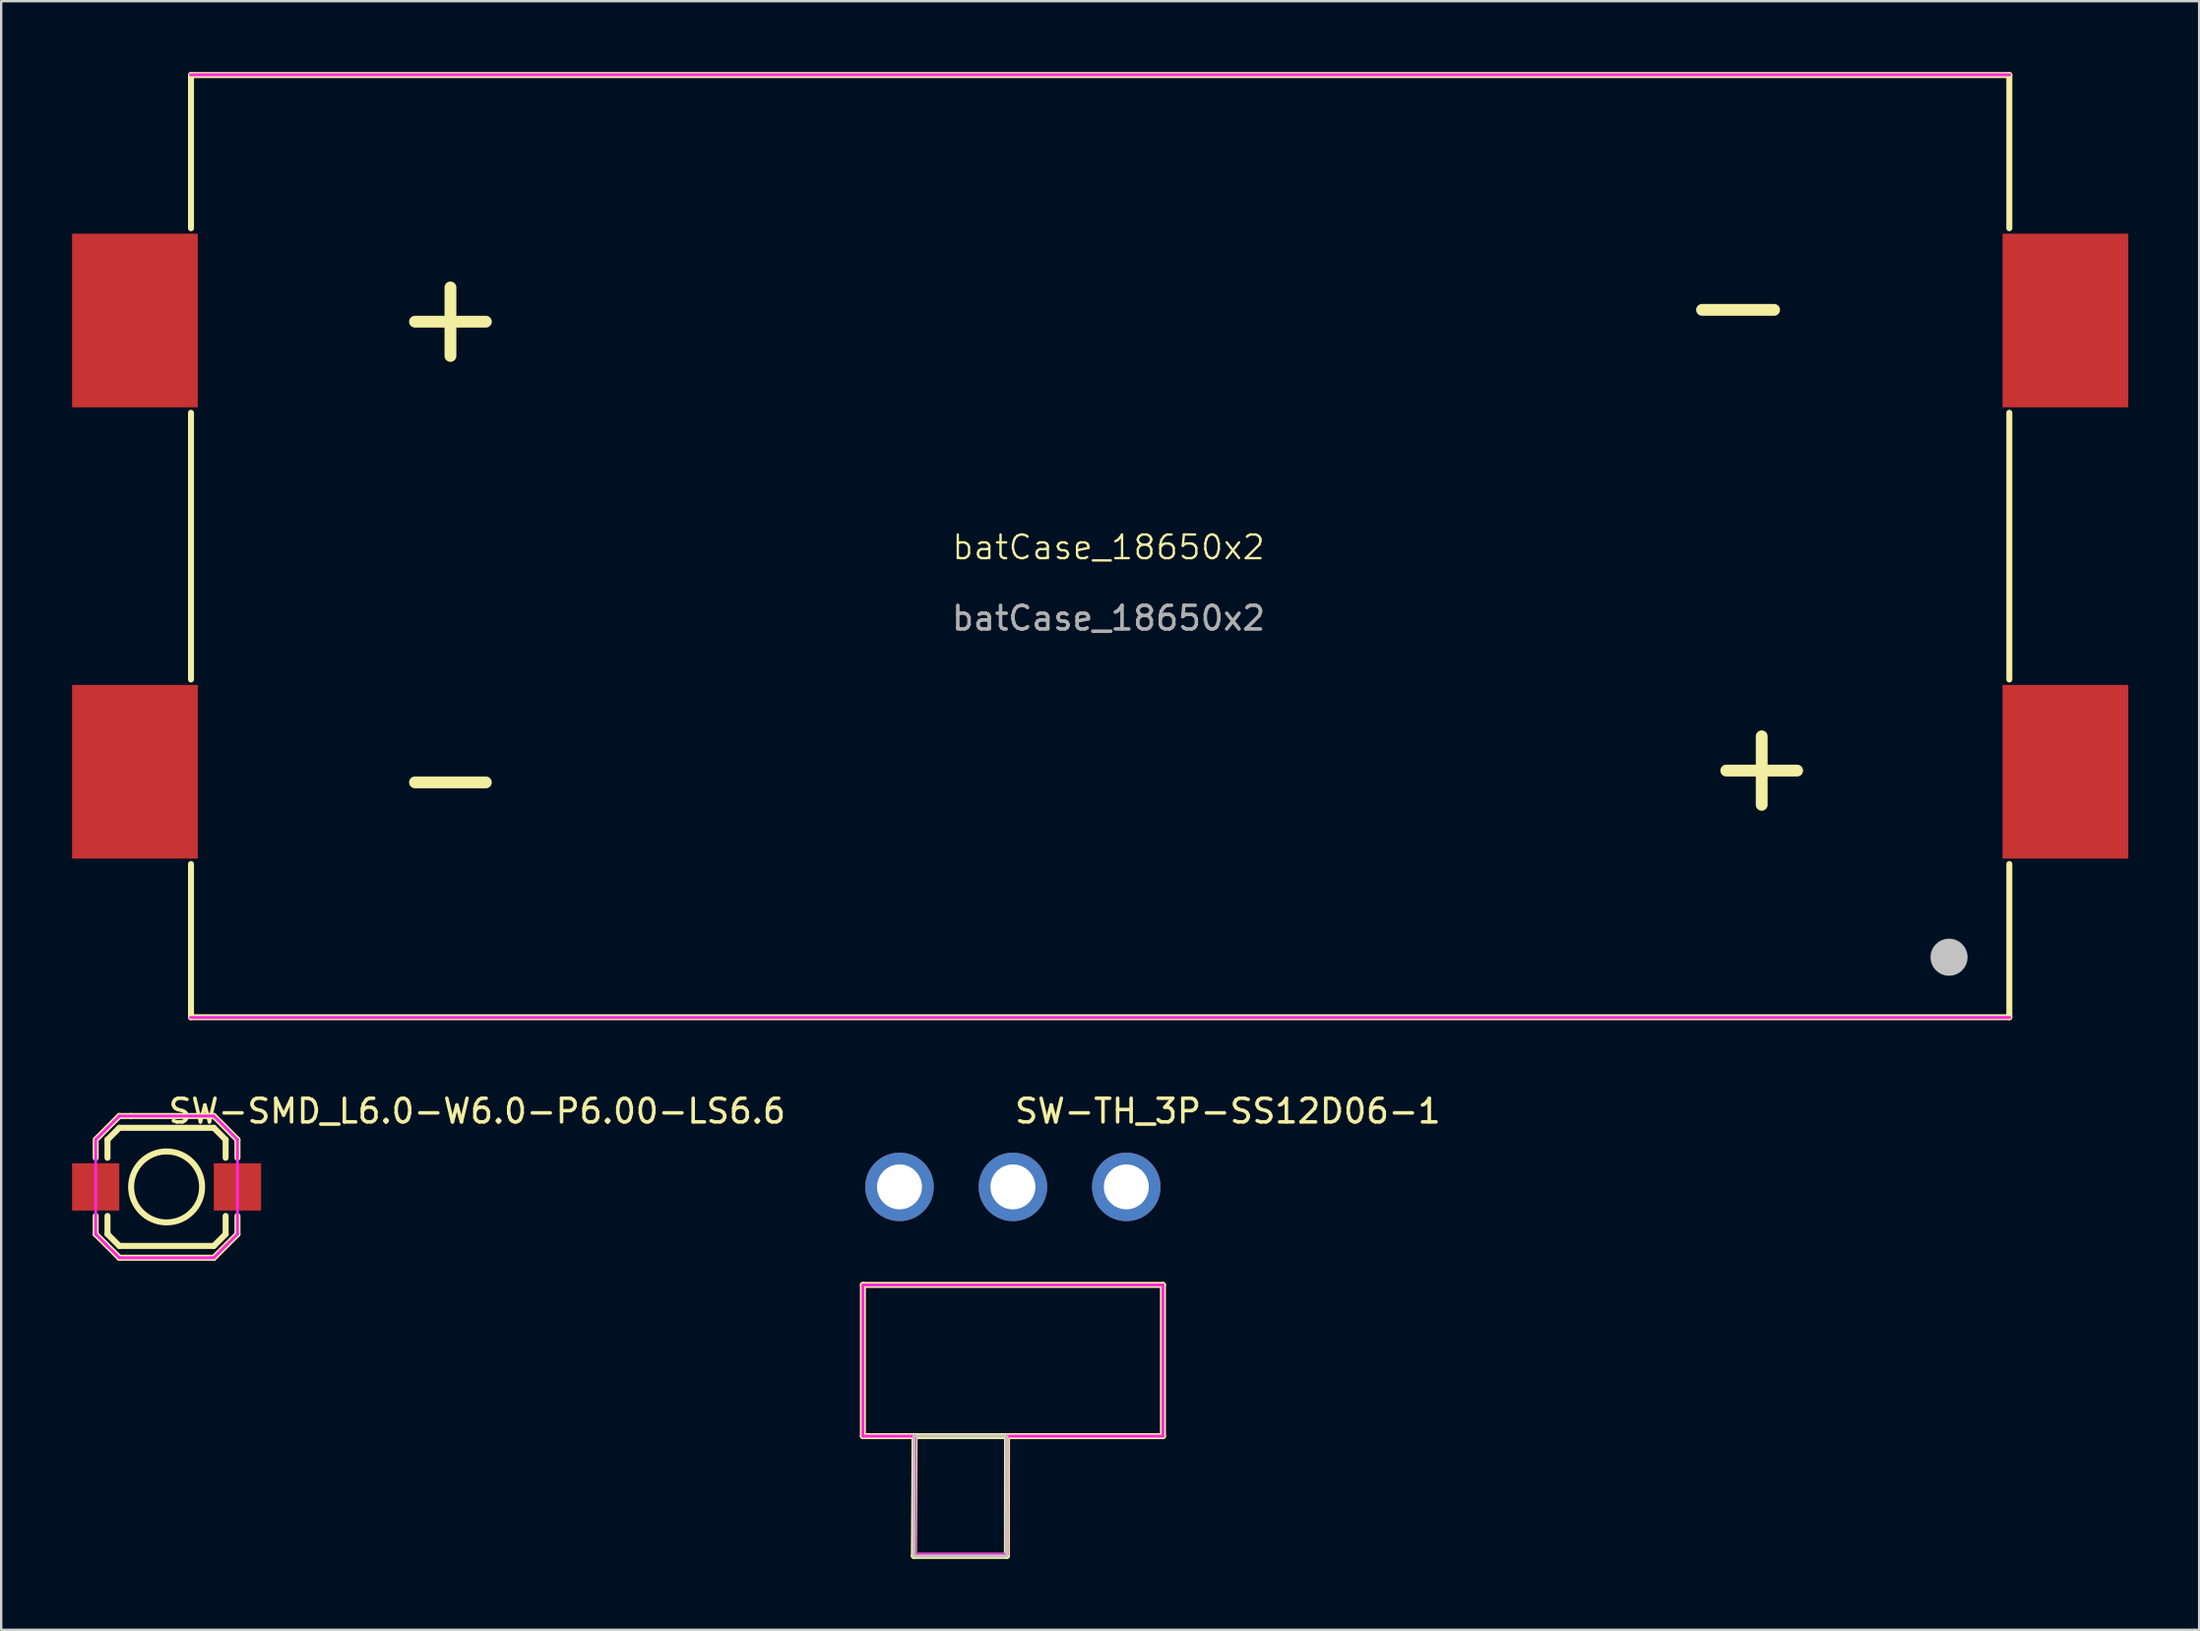
<source format=kicad_pcb>
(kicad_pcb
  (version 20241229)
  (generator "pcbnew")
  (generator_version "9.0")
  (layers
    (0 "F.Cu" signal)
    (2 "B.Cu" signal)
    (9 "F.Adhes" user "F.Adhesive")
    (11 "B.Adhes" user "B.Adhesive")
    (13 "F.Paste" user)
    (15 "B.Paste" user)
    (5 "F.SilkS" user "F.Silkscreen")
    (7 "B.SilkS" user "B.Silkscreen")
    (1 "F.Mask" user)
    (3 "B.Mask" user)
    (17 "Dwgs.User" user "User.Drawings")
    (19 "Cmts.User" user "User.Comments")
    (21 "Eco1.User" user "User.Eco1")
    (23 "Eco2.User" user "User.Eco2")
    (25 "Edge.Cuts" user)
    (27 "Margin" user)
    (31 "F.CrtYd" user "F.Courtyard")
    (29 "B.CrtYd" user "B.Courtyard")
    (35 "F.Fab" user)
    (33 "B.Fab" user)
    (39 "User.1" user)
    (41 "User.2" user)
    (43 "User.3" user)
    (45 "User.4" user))
  (footprint "SW-TH_3P-SS12D06-1"
    (layer "F.Cu")
    (at 39.822 47.187)
    (property "Reference" "SW-TH_3P-SS12D06-1" (at 0 -3.207 0) (layer "F.SilkS") (effects (font (size 1 1) (thickness 0.15)) (justify left)))
    (attr through_hole)
    (fp_line (start -6.35 4.15) (end 6.35 4.15) (stroke (width 0.254) (type solid)) (layer "F.SilkS"))
    (fp_line (start -6.35 10.55) (end -6.35 4.15) (stroke (width 0.254) (type solid)) (layer "F.SilkS"))
    (fp_line (start -4.191 15.621) (end -0.254 15.621) (stroke (width 0.254) (type solid)) (layer "F.SilkS"))
    (fp_line (start -4.162 10.551) (end -4.191 15.621) (stroke (width 0.254) (type solid)) (layer "F.SilkS"))
    (fp_line (start -0.254 15.621) (end -0.25 10.551) (stroke (width 0.254) (type solid)) (layer "F.SilkS"))
    (fp_line (start 6.35 4.15) (end 6.35 10.55) (stroke (width 0.254) (type solid)) (layer "F.SilkS"))
    (fp_line (start 6.35 10.55) (end -6.35 10.55) (stroke (width 0.254) (type solid)) (layer "F.SilkS"))
    (fp_poly (pts (xy -4.191 10.541) (xy -0.254 10.541) (xy -0.254 15.621) (xy -4.191 15.621)) (stroke (width 0.12) (type solid)) (fill no) (layer "Dwgs.User"))
    (fp_line (start -5.2 -0.65) (end -4.4 -0.65) (stroke (width 0.12) (type solid)) (layer "Eco2.User"))
    (fp_line (start -5.2 4.16) (end -5.2 -0.65) (stroke (width 0.12) (type solid)) (layer "Eco2.User"))
    (fp_line (start -4.4 -0.65) (end -4.4 4.16) (stroke (width 0.12) (type solid)) (layer "Eco2.User"))
    (fp_line (start -4.4 4.16) (end -5.2 4.16) (stroke (width 0.12) (type solid)) (layer "Eco2.User"))
    (fp_line (start -0.4 -0.65) (end 0.4 -0.65) (stroke (width 0.12) (type solid)) (layer "Eco2.User"))
    (fp_line (start -0.4 4.16) (end -0.4 -0.65) (stroke (width 0.12) (type solid)) (layer "Eco2.User"))
    (fp_line (start 0.4 -0.65) (end 0.4 4.16) (stroke (width 0.12) (type solid)) (layer "Eco2.User"))
    (fp_line (start 0.4 4.16) (end -0.4 4.16) (stroke (width 0.12) (type solid)) (layer "Eco2.User"))
    (fp_line (start 4.4 -0.65) (end 5.2 -0.65) (stroke (width 0.12) (type solid)) (layer "Eco2.User"))
    (fp_line (start 4.4 4.16) (end 4.4 -0.65) (stroke (width 0.12) (type solid)) (layer "Eco2.User"))
    (fp_line (start 5.2 -0.65) (end 5.2 4.16) (stroke (width 0.12) (type solid)) (layer "Eco2.User"))
    (fp_line (start 5.2 4.16) (end 4.4 4.16) (stroke (width 0.12) (type solid)) (layer "Eco2.User"))
    (fp_circle (center -6.35 15.55) (end -6.32 15.55) (stroke (width 0.06) (type solid)) (fill no) (layer "Eco2.User"))
    (fp_poly (pts (xy -4.4 0.65) (xy -5.2 0.65) (xy -5.2 -0.65) (xy -4.4 -0.65)) (stroke (width 0.12) (type solid)) (fill no) (layer "Eco2.User"))
    (fp_poly (pts (xy 0.4 0.65) (xy -0.4 0.65) (xy -0.4 -0.65) (xy 0.4 -0.65)) (stroke (width 0.12) (type solid)) (fill no) (layer "Eco2.User"))
    (fp_poly (pts (xy 5.2 0.65) (xy 4.4 0.65) (xy 4.4 -0.65) (xy 5.2 -0.65)) (stroke (width 0.12) (type solid)) (fill no) (layer "Eco2.User"))
    (fp_line (start -6.35 4.15) (end -6.35 10.55) (stroke (width 0.12) (type solid)) (layer "F.CrtYd"))
    (fp_line (start -6.35 10.55) (end -4.15 10.55) (stroke (width 0.12) (type solid)) (layer "F.CrtYd"))
    (fp_line (start -4.15 10.55) (end -4.15 15.55) (stroke (width 0.12) (type solid)) (layer "F.CrtYd"))
    (fp_line (start -4.15 15.55) (end -0.25 15.55) (stroke (width 0.12) (type solid)) (layer "F.CrtYd"))
    (fp_line (start -0.25 10.55) (end 6.35 10.55) (stroke (width 0.12) (type solid)) (layer "F.CrtYd"))
    (fp_line (start -0.25 15.55) (end -0.25 10.55) (stroke (width 0.12) (type solid)) (layer "F.CrtYd"))
    (fp_line (start 6.35 4.15) (end -6.35 4.15) (stroke (width 0.12) (type solid)) (layer "F.CrtYd"))
    (fp_line (start 6.35 10.55) (end 6.35 4.15) (stroke (width 0.12) (type solid)) (layer "F.CrtYd"))
    (pad "1" thru_hole circle (at -4.8 0) (size 2.9 2.9) (drill 1.9) (layers "*.Cu" "*.Mask"))
    (pad "2" thru_hole circle (at 0 0) (size 2.9 2.9) (drill 1.9) (layers "*.Cu" "*.Mask"))
    (pad "3" thru_hole circle (at 4.8 0) (size 2.9 2.9) (drill 1.9) (layers "*.Cu" "*.Mask")))
  (footprint "SW-SMD_L6.0-W6.0-P6.00-LS6.6"
    (layer "F.Cu")
    (at 4 47.187)
    (property "Reference" "SW-SMD_L6.0-W6.0-P6.00-LS6.6" (at 0 -3.207 0) (layer "F.SilkS") (effects (font (size 1 1) (thickness 0.15)) (justify left)))
    (attr through_hole)
    (fp_line (start -3 -1.999) (end -2.002 -3) (stroke (width 0.254) (type solid)) (layer "F.SilkS"))
    (fp_line (start -3 -1.892) (end -3 -1.231) (stroke (width 0.254) (type solid)) (layer "F.SilkS"))
    (fp_line (start -3 1.231) (end -3 2.002) (stroke (width 0.254) (type solid)) (layer "F.SilkS"))
    (fp_line (start -2.5 -2) (end -2.5 -1.231) (stroke (width 0.254) (type solid)) (layer "F.SilkS"))
    (fp_line (start -2.5 -2) (end -2 -2.5) (stroke (width 0.254) (type solid)) (layer "F.SilkS"))
    (fp_line (start -2.5 1.231) (end -2.5 2) (stroke (width 0.254) (type solid)) (layer "F.SilkS"))
    (fp_line (start -2.002 -3) (end -1.501 -3) (stroke (width 0.254) (type solid)) (layer "F.SilkS"))
    (fp_line (start -2 -2.5) (end 2 -2.5) (stroke (width 0.254) (type solid)) (layer "F.SilkS"))
    (fp_line (start -2 2.5) (end -2.5 2) (stroke (width 0.254) (type solid)) (layer "F.SilkS"))
    (fp_line (start -1.999 3) (end -3 2.002) (stroke (width 0.254) (type solid)) (layer "F.SilkS"))
    (fp_line (start -1.501 -3) (end 2.002 -3) (stroke (width 0.254) (type solid)) (layer "F.SilkS"))
    (fp_line (start 2 -2.5) (end 2.5 -2) (stroke (width 0.254) (type solid)) (layer "F.SilkS"))
    (fp_line (start 2 2.5) (end -2 2.5) (stroke (width 0.254) (type solid)) (layer "F.SilkS"))
    (fp_line (start 2.002 -3) (end 3 -1.999) (stroke (width 0.254) (type solid)) (layer "F.SilkS"))
    (fp_line (start 2.002 3) (end -1.999 3) (stroke (width 0.254) (type solid)) (layer "F.SilkS"))
    (fp_line (start 2.5 -2) (end 2.5 -1.231) (stroke (width 0.254) (type solid)) (layer "F.SilkS"))
    (fp_line (start 2.5 1.231) (end 2.5 2) (stroke (width 0.254) (type solid)) (layer "F.SilkS"))
    (fp_line (start 2.5 2) (end 2 2.5) (stroke (width 0.254) (type solid)) (layer "F.SilkS"))
    (fp_line (start 3 -1.231) (end 3 -1.999) (stroke (width 0.254) (type solid)) (layer "F.SilkS"))
    (fp_line (start 3 2.002) (end 2.002 3) (stroke (width 0.254) (type solid)) (layer "F.SilkS"))
    (fp_line (start 3 2.002) (end 3 1.231) (stroke (width 0.254) (type solid)) (layer "F.SilkS"))
    (fp_circle (center 0.002 0.002) (end 1.504 0.002) (stroke (width 0.254) (type solid)) (fill no) (layer "F.SilkS"))
    (fp_circle (center -3.3 3) (end -3.27 3) (stroke (width 0.06) (type solid)) (fill no) (layer "Eco2.User"))
    (fp_poly (pts (xy -3.3 -0.7) (xy -1.9 -0.7) (xy -1.9 0.7) (xy -3.3 0.7)) (stroke (width 0.12) (type solid)) (fill no) (layer "Eco2.User"))
    (fp_poly (pts (xy 1.901 -0.7) (xy 3.301 -0.7) (xy 3.301 0.7) (xy 1.901 0.7)) (stroke (width 0.12) (type solid)) (fill no) (layer "Eco2.User"))
    (fp_line (start -3 -2) (end -2.51 -2.49) (stroke (width 0.12) (type solid)) (layer "F.CrtYd"))
    (fp_line (start -3 2) (end -3 -2) (stroke (width 0.12) (type solid)) (layer "F.CrtYd"))
    (fp_line (start -2.56 2.44) (end -3 2) (stroke (width 0.12) (type solid)) (layer "F.CrtYd"))
    (fp_line (start -2.51 -2.49) (end -2 -3) (stroke (width 0.12) (type solid)) (layer "F.CrtYd"))
    (fp_line (start -2 -3) (end 2 -3) (stroke (width 0.12) (type solid)) (layer "F.CrtYd"))
    (fp_line (start -2 3) (end -2.56 2.44) (stroke (width 0.12) (type solid)) (layer "F.CrtYd"))
    (fp_line (start 2 -3) (end 2.53 -2.48) (stroke (width 0.12) (type solid)) (layer "F.CrtYd"))
    (fp_line (start 2 3) (end -2 3) (stroke (width 0.12) (type solid)) (layer "F.CrtYd"))
    (fp_line (start 2.47 2.53) (end 2 3) (stroke (width 0.12) (type solid)) (layer "F.CrtYd"))
    (fp_line (start 2.53 -2.48) (end 3 -2) (stroke (width 0.12) (type solid)) (layer "F.CrtYd"))
    (fp_line (start 3 -2) (end 3 2) (stroke (width 0.12) (type solid)) (layer "F.CrtYd"))
    (fp_line (start 3 2) (end 2.47 2.53) (stroke (width 0.12) (type solid)) (layer "F.CrtYd"))
    (pad "1" smd rect (at -3 0) (size 2 2) (layers "F.Cu" "F.Mask" "F.Paste"))
    (pad "2" smd rect (at 3 0) (size 2 2) (layers "F.Cu" "F.Mask" "F.Paste")))
  (footprint "batCase_18650x2"
    (layer "F.Cu")
    (at 43.87 20.616)
    (property "Reference" "batCase_18650x2" (at 0 -0.5 0) (unlocked yes) (layer "F.SilkS") (effects (font (size 1 1) (thickness 0.1))))
    (attr smd)
    (fp_line (start -38.836 -20.489) (end 38.126 -20.489) (stroke (width 0.254) (type solid)) (layer "F.SilkS"))
    (fp_line (start -38.836 -14.006) (end -38.836 -20.489) (stroke (width 0.254) (type solid)) (layer "F.SilkS"))
    (fp_line (start -38.836 5.094) (end -38.836 -6.194) (stroke (width 0.254) (type solid)) (layer "F.SilkS"))
    (fp_line (start -38.836 19.389) (end -38.836 12.906) (stroke (width 0.254) (type solid)) (layer "F.SilkS"))
    (fp_line (start -29.355 -10.05) (end -26.355 -10.05) (stroke (width 0.5) (type default)) (layer "F.SilkS"))
    (fp_line (start -29.355 9.45) (end -26.355 9.45) (stroke (width 0.5) (type default)) (layer "F.SilkS"))
    (fp_line (start -27.855 -11.5) (end -27.855 -8.6) (stroke (width 0.5) (type default)) (layer "F.SilkS"))
    (fp_line (start 25.12 -10.55) (end 28.17 -10.55) (stroke (width 0.5) (type default)) (layer "F.SilkS"))
    (fp_line (start 26.145 8.95) (end 29.145 8.95) (stroke (width 0.5) (type default)) (layer "F.SilkS"))
    (fp_line (start 27.645 7.5) (end 27.645 10.4) (stroke (width 0.5) (type default)) (layer "F.SilkS"))
    (fp_line (start 38.126 -20.489) (end 38.126 -14.006) (stroke (width 0.254) (type solid)) (layer "F.SilkS"))
    (fp_line (start 38.126 -6.194) (end 38.126 5.094) (stroke (width 0.254) (type solid)) (layer "F.SilkS"))
    (fp_line (start 38.126 12.906) (end 38.126 19.389) (stroke (width 0.254) (type solid)) (layer "F.SilkS"))
    (fp_line (start 38.126 19.389) (end -38.836 19.389) (stroke (width 0.254) (type solid)) (layer "F.SilkS"))
    (fp_circle (center 35.575 16.85) (end 35.968 16.85) (stroke (width 0.785) (type solid)) (fill no) (layer "Dwgs.User"))
    (fp_circle (center -42.355 -20.5) (end -42.325 -20.5) (stroke (width 0.06) (type solid)) (fill no) (layer "Eco2.User"))
    (fp_poly (pts (xy -42.355 -6.925) (xy -42.355 -13.275) (xy -38.355 -13.275) (xy -38.355 -6.925)) (stroke (width 0.12) (type solid)) (fill no) (layer "Eco2.User"))
    (fp_poly (pts (xy -42.355 12.175) (xy -42.355 5.825) (xy -38.355 5.825) (xy -38.355 12.175)) (stroke (width 0.12) (type solid)) (fill no) (layer "Eco2.User"))
    (fp_poly (pts (xy 37.645 -6.925) (xy 37.645 -13.275) (xy 41.645 -13.275) (xy 41.645 -6.925)) (stroke (width 0.12) (type solid)) (fill no) (layer "Eco2.User"))
    (fp_poly (pts (xy 37.645 12.175) (xy 37.645 5.825) (xy 41.645 5.825) (xy 41.645 12.175)) (stroke (width 0.12) (type solid)) (fill no) (layer "Eco2.User"))
    (fp_line (start -38.855 -20.5) (end 38.145 -20.5) (stroke (width 0.12) (type solid)) (layer "F.CrtYd"))
    (fp_line (start 38.145 19.4) (end -38.855 19.4) (stroke (width 0.12) (type solid)) (layer "F.CrtYd"))
    (fp_text user "${REFERENCE}" (at 0 2.5 0) (unlocked yes) (layer "F.Fab") (effects (font (size 1 1) (thickness 0.15))))
    (pad "1" smd rect (at -41.21 -10.1) (size 5.32 7.35) (layers "F.Cu" "F.Mask" "F.Paste"))
    (pad "2" smd rect (at 40.5 -10.1) (size 5.32 7.35) (layers "F.Cu" "F.Mask" "F.Paste"))
    (pad "3" smd rect (at 40.5 9) (size 5.32 7.35) (layers "F.Cu" "F.Mask" "F.Paste"))
    (pad "4" smd rect (at -41.21 9) (size 5.32 7.35) (layers "F.Cu" "F.Mask" "F.Paste")))
  (gr_rect
    (start -3 -3)
    (end 90.03 65.935)
    (stroke (width 0.1) (type default))
    (fill no)
    (layer "Edge.Cuts")))
</source>
